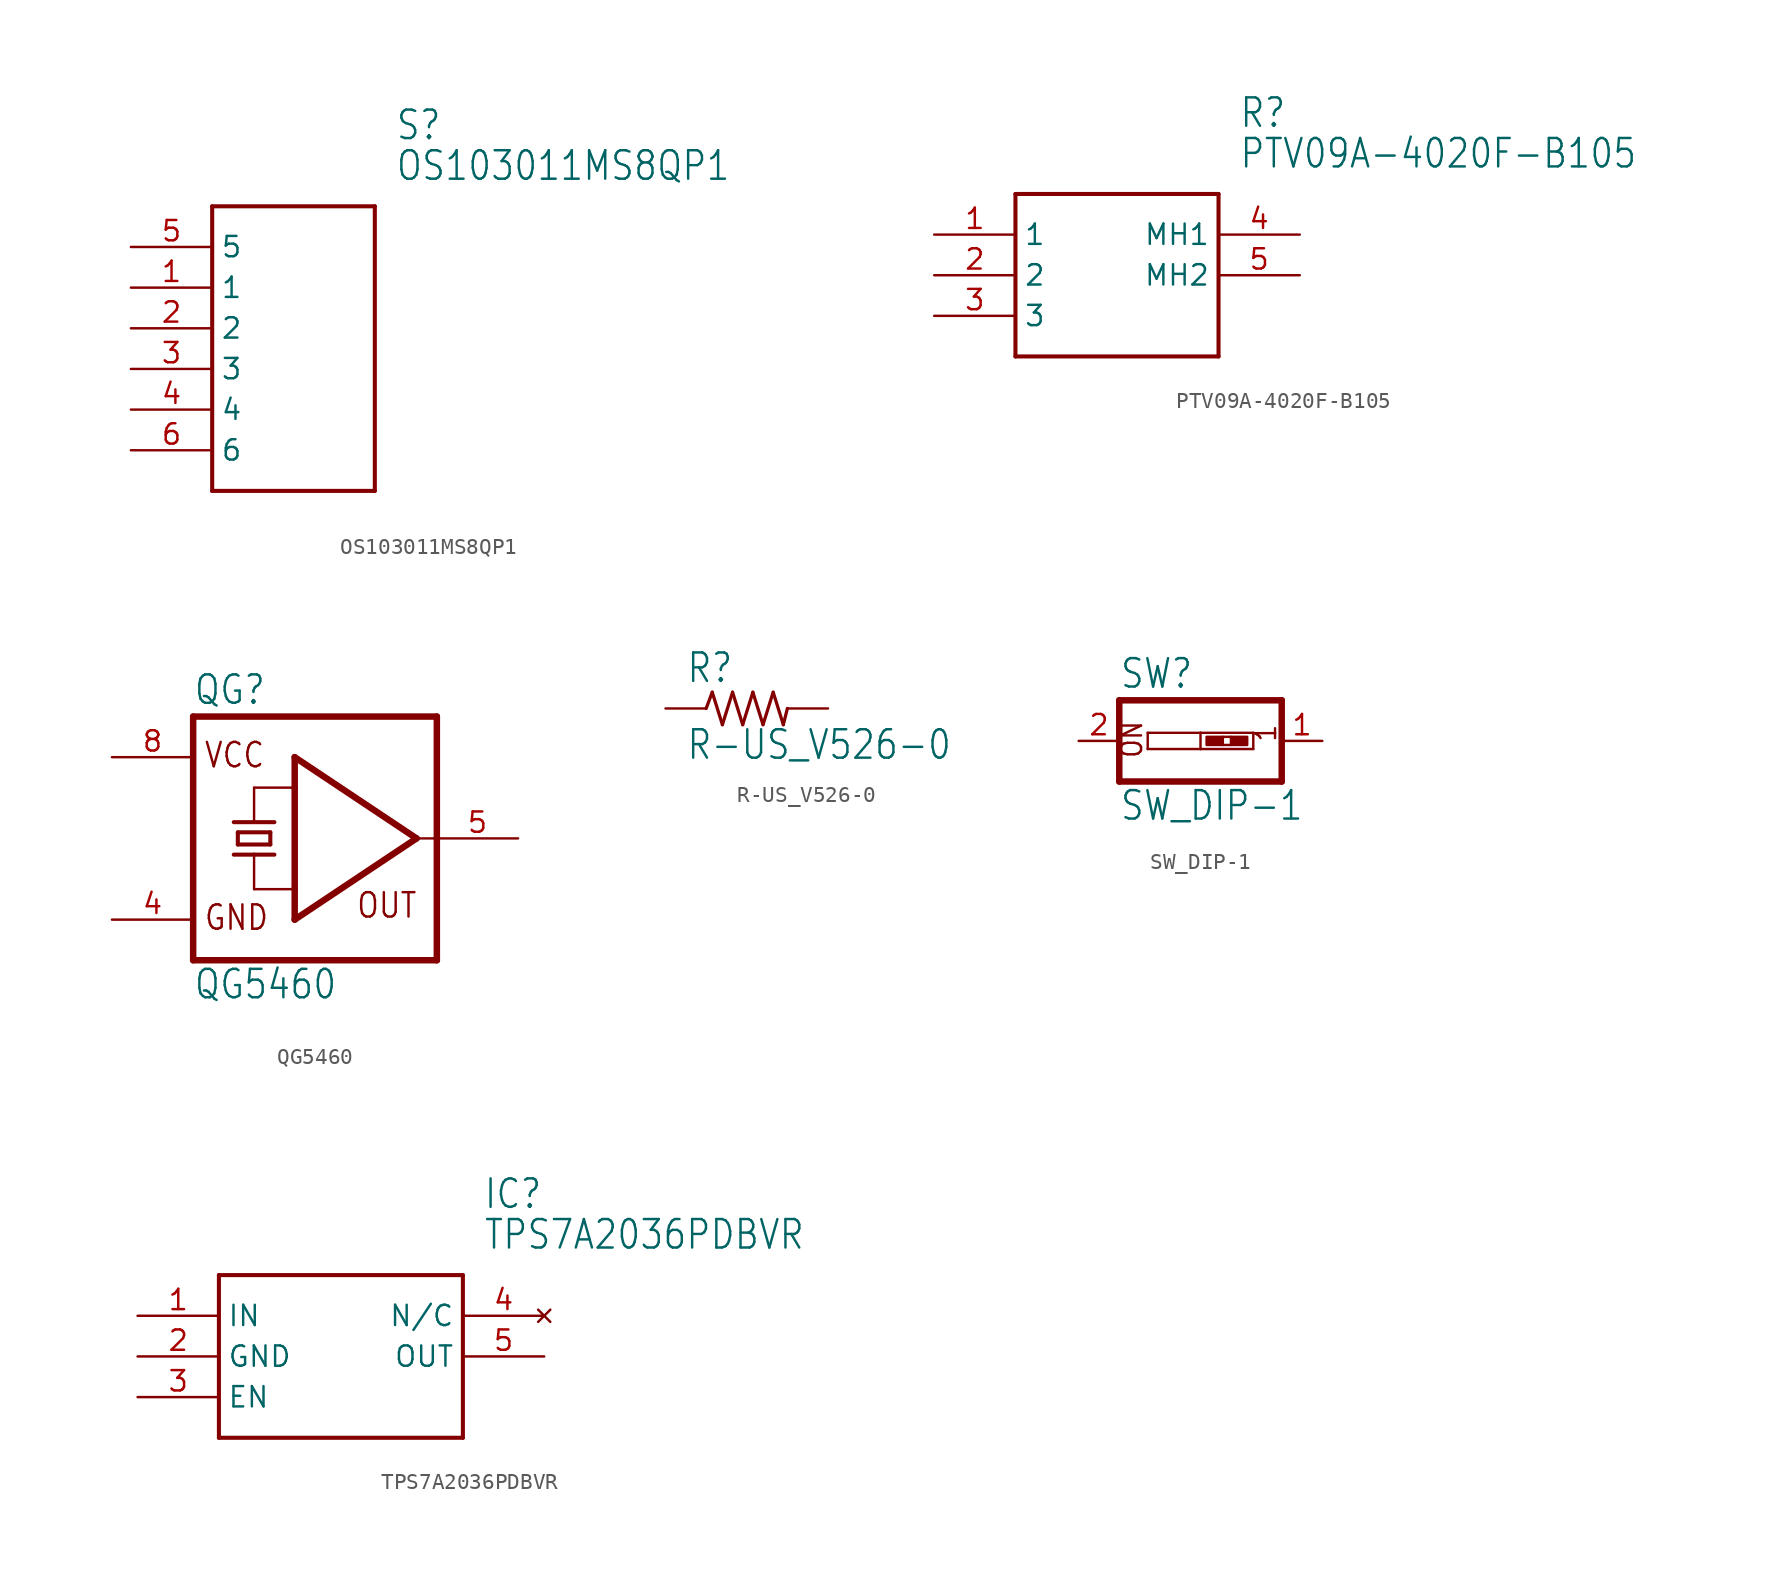
<source format=kicad_sym>
(kicad_symbol_lib
  (version 20211014)
  (generator kicad_symbol_editor)
  (symbol "OS103011MS8QP1"
    (property "Reference" "S"
      (at 16.51 7.62 0)
      (effects (font (size 1.778 1.511)) (justify left)))
    (property "Value" "OS103011MS8QP1"
      (at 16.51 5.08 0)
      (effects (font (size 1.778 1.511)) (justify left)))
    (property "ki_locked" ""
      (at 0 0 0)
      (effects (font (size 1.27 1.27))))
    (symbol "OS103011MS8QP1_1_0"
      (polyline (pts (xy 5.08 2.54) (xy 5.08 -15.24)) (stroke (width 0.254) (type default) (color 0 0 0 0)) (fill (type none)))
      (polyline (pts (xy 5.08 2.54) (xy 15.24 2.54)) (stroke (width 0.254) (type default) (color 0 0 0 0)) (fill (type none)))
      (polyline (pts (xy 15.24 -15.24) (xy 5.08 -15.24)) (stroke (width 0.254) (type default) (color 0 0 0 0)) (fill (type none)))
      (polyline (pts (xy 15.24 -15.24) (xy 15.24 2.54)) (stroke (width 0.254) (type default) (color 0 0 0 0)) (fill (type none)))
      (pin bidirectional line (at 0 -2.54 0) (length 5.08) (name "1" (effects (font (size 1.27 1.27)))) (number "1" (effects (font (size 1.27 1.27)))))
      (pin bidirectional line (at 0 -5.08 0) (length 5.08) (name "2" (effects (font (size 1.27 1.27)))) (number "2" (effects (font (size 1.27 1.27)))))
      (pin bidirectional line (at 0 -7.62 0) (length 5.08) (name "3" (effects (font (size 1.27 1.27)))) (number "3" (effects (font (size 1.27 1.27)))))
      (pin bidirectional line (at 0 -10.16 0) (length 5.08) (name "4" (effects (font (size 1.27 1.27)))) (number "4" (effects (font (size 1.27 1.27)))))
      (pin bidirectional line (at 0 0 0) (length 5.08) (name "5" (effects (font (size 1.27 1.27)))) (number "5" (effects (font (size 1.27 1.27)))))
      (pin bidirectional line (at 0 -12.7 0) (length 5.08) (name "6" (effects (font (size 1.27 1.27)))) (number "6" (effects (font (size 1.27 1.27)))))))
  (symbol "PTV09A-4020F-B105"
    (property "Reference" "R"
      (at 19.05 7.62 0)
      (effects (font (size 1.778 1.511)) (justify left)))
    (property "Value" "PTV09A-4020F-B105"
      (at 19.05 5.08 0)
      (effects (font (size 1.778 1.511)) (justify left)))
    (property "ki_locked" ""
      (at 0 0 0)
      (effects (font (size 1.27 1.27))))
    (symbol "PTV09A-4020F-B105_1_0"
      (polyline (pts (xy 5.08 2.54) (xy 5.08 -7.62)) (stroke (width 0.254) (type default) (color 0 0 0 0)) (fill (type none)))
      (polyline (pts (xy 5.08 2.54) (xy 17.78 2.54)) (stroke (width 0.254) (type default) (color 0 0 0 0)) (fill (type none)))
      (polyline (pts (xy 17.78 -7.62) (xy 5.08 -7.62)) (stroke (width 0.254) (type default) (color 0 0 0 0)) (fill (type none)))
      (polyline (pts (xy 17.78 -7.62) (xy 17.78 2.54)) (stroke (width 0.254) (type default) (color 0 0 0 0)) (fill (type none)))
      (pin bidirectional line (at 0 0 0) (length 5.08) (name "1" (effects (font (size 1.27 1.27)))) (number "1" (effects (font (size 1.27 1.27)))))
      (pin bidirectional line (at 0 -2.54 0) (length 5.08) (name "2" (effects (font (size 1.27 1.27)))) (number "2" (effects (font (size 1.27 1.27)))))
      (pin bidirectional line (at 0 -5.08 0) (length 5.08) (name "3" (effects (font (size 1.27 1.27)))) (number "3" (effects (font (size 1.27 1.27)))))
      (pin bidirectional line (at 22.86 0 180) (length 5.08) (name "MH1" (effects (font (size 1.27 1.27)))) (number "4" (effects (font (size 1.27 1.27)))))
      (pin bidirectional line (at 22.86 -2.54 180) (length 5.08) (name "MH2" (effects (font (size 1.27 1.27)))) (number "5" (effects (font (size 1.27 1.27)))))))
  (symbol "QG5460"
    (property "Reference" "QG"
      (at -7.62 8.255 0)
      (effects (font (size 1.778 1.511)) (justify left bottom)))
    (property "Value" "QG5460"
      (at -7.62 -10.16 0)
      (effects (font (size 1.778 1.511)) (justify left bottom)))
    (property "ki_locked" ""
      (at 0 0 0)
      (effects (font (size 1.27 1.27))))
    (symbol "QG5460_1_0"
      (polyline (pts (xy -7.62 7.62) (xy -7.62 -7.62)) (stroke (width 0.406) (type default) (color 0 0 0 0)) (fill (type none)))
      (polyline (pts (xy -7.62 7.62) (xy 7.62 7.62)) (stroke (width 0.406) (type default) (color 0 0 0 0)) (fill (type none)))
      (polyline (pts (xy -5.08 -1.016) (xy -3.81 -1.016)) (stroke (width 0.254) (type default) (color 0 0 0 0)) (fill (type none)))
      (polyline (pts (xy -5.08 1.016) (xy -2.54 1.016)) (stroke (width 0.254) (type default) (color 0 0 0 0)) (fill (type none)))
      (polyline (pts (xy -4.826 -0.381) (xy -4.826 0.381)) (stroke (width 0.254) (type default) (color 0 0 0 0)) (fill (type none)))
      (polyline (pts (xy -4.826 -0.381) (xy -2.794 -0.381)) (stroke (width 0.254) (type default) (color 0 0 0 0)) (fill (type none)))
      (polyline (pts (xy -4.826 0.381) (xy -2.794 0.381)) (stroke (width 0.254) (type default) (color 0 0 0 0)) (fill (type none)))
      (polyline (pts (xy -3.81 -3.175) (xy -3.81 -1.016)) (stroke (width 0.152) (type default) (color 0 0 0 0)) (fill (type none)))
      (polyline (pts (xy -3.81 -3.175) (xy -1.27 -3.175)) (stroke (width 0.152) (type default) (color 0 0 0 0)) (fill (type none)))
      (polyline (pts (xy -3.81 -1.016) (xy -2.54 -1.016)) (stroke (width 0.254) (type default) (color 0 0 0 0)) (fill (type none)))
      (polyline (pts (xy -3.81 1.016) (xy -3.81 3.175)) (stroke (width 0.152) (type default) (color 0 0 0 0)) (fill (type none)))
      (polyline (pts (xy -3.81 3.175) (xy -1.27 3.175)) (stroke (width 0.152) (type default) (color 0 0 0 0)) (fill (type none)))
      (polyline (pts (xy -2.794 0.381) (xy -2.794 -0.381)) (stroke (width 0.254) (type default) (color 0 0 0 0)) (fill (type none)))
      (polyline (pts (xy -1.27 -5.08) (xy -1.27 -3.175)) (stroke (width 0.406) (type default) (color 0 0 0 0)) (fill (type none)))
      (polyline (pts (xy -1.27 -3.175) (xy -1.27 3.175)) (stroke (width 0.406) (type default) (color 0 0 0 0)) (fill (type none)))
      (polyline (pts (xy -1.27 3.175) (xy -1.27 5.08)) (stroke (width 0.406) (type default) (color 0 0 0 0)) (fill (type none)))
      (polyline (pts (xy -1.27 5.08) (xy 6.35 0)) (stroke (width 0.406) (type default) (color 0 0 0 0)) (fill (type none)))
      (polyline (pts (xy 6.35 0) (xy -1.27 -5.08)) (stroke (width 0.406) (type default) (color 0 0 0 0)) (fill (type none)))
      (polyline (pts (xy 6.35 0) (xy 7.62 0)) (stroke (width 0.152) (type default) (color 0 0 0 0)) (fill (type none)))
      (polyline (pts (xy 7.62 -7.62) (xy -7.62 -7.62)) (stroke (width 0.406) (type default) (color 0 0 0 0)) (fill (type none)))
      (polyline (pts (xy 7.62 -7.62) (xy 7.62 0)) (stroke (width 0.406) (type default) (color 0 0 0 0)) (fill (type none)))
      (polyline (pts (xy 7.62 0) (xy 7.62 7.62)) (stroke (width 0.406) (type default) (color 0 0 0 0)) (fill (type none)))
      (text "GND" (at -6.985 -5.842 0) (effects (font (size 1.524 1.295)) (justify left bottom)))
      (text "OUT" (at 2.54 -5.08 0) (effects (font (size 1.524 1.295)) (justify left bottom)))
      (text "VCC" (at -6.985 4.318 0) (effects (font (size 1.524 1.295)) (justify left bottom)))
      (pin power_in line (at -12.7 -5.08 0) (length 5.08) (name "GND" (effects (font (size 0 0)))) (number "4" (effects (font (size 1.27 1.27)))))
      (pin output line (at 12.7 0 180) (length 5.08) (name "OUT" (effects (font (size 0 0)))) (number "5" (effects (font (size 1.27 1.27)))))
      (pin power_in line (at -12.7 5.08 0) (length 5.08) (name "VCC" (effects (font (size 0 0)))) (number "8" (effects (font (size 1.27 1.27)))))))
  (symbol "R-US_V526-0"
    (property "Reference" "R"
      (at -3.81 1.499 0)
      (effects (font (size 1.778 1.511)) (justify left bottom)))
    (property "Value" "R-US_V526-0"
      (at -3.81 -3.302 0)
      (effects (font (size 1.778 1.511)) (justify left bottom)))
    (property "ki_locked" ""
      (at 0 0 0)
      (effects (font (size 1.27 1.27))))
    (symbol "R-US_V526-0_1_0"
      (polyline (pts (xy -2.54 0) (xy -2.159 1.016)) (stroke (width 0.203) (type default) (color 0 0 0 0)) (fill (type none)))
      (polyline (pts (xy -2.159 1.016) (xy -1.524 -1.016)) (stroke (width 0.203) (type default) (color 0 0 0 0)) (fill (type none)))
      (polyline (pts (xy -1.524 -1.016) (xy -0.889 1.016)) (stroke (width 0.203) (type default) (color 0 0 0 0)) (fill (type none)))
      (polyline (pts (xy -0.889 1.016) (xy -0.254 -1.016)) (stroke (width 0.203) (type default) (color 0 0 0 0)) (fill (type none)))
      (polyline (pts (xy -0.254 -1.016) (xy 0.381 1.016)) (stroke (width 0.203) (type default) (color 0 0 0 0)) (fill (type none)))
      (polyline (pts (xy 0.381 1.016) (xy 1.016 -1.016)) (stroke (width 0.203) (type default) (color 0 0 0 0)) (fill (type none)))
      (polyline (pts (xy 1.016 -1.016) (xy 1.651 1.016)) (stroke (width 0.203) (type default) (color 0 0 0 0)) (fill (type none)))
      (polyline (pts (xy 1.651 1.016) (xy 2.286 -1.016)) (stroke (width 0.203) (type default) (color 0 0 0 0)) (fill (type none)))
      (polyline (pts (xy 2.286 -1.016) (xy 2.54 0)) (stroke (width 0.203) (type default) (color 0 0 0 0)) (fill (type none)))
      (pin passive line (at -5.08 0 0) (length 2.54) (name "1" (effects (font (size 0 0)))) (number "1" (effects (font (size 0 0)))))
      (pin passive line (at 5.08 0 180) (length 2.54) (name "2" (effects (font (size 0 0)))) (number "2" (effects (font (size 0 0)))))))
  (symbol "SW_DIP-1"
    (property "Reference" "SW"
      (at -5.08 3.175 0)
      (effects (font (size 1.778 1.511)) (justify left bottom)))
    (property "Value" "SW_DIP-1"
      (at -5.08 -5.08 0)
      (effects (font (size 1.778 1.511)) (justify left bottom)))
    (property "ki_locked" ""
      (at 0 0 0)
      (effects (font (size 1.27 1.27))))
    (symbol "SW_DIP-1_1_0"
      (polyline (pts (xy -5.08 -2.54) (xy -5.08 2.54)) (stroke (width 0.406) (type default) (color 0 0 0 0)) (fill (type none)))
      (polyline (pts (xy -5.08 -2.54) (xy 5.08 -2.54)) (stroke (width 0.406) (type default) (color 0 0 0 0)) (fill (type none)))
      (polyline (pts (xy -5.08 2.54) (xy 5.08 2.54)) (stroke (width 0.406) (type default) (color 0 0 0 0)) (fill (type none)))
      (polyline (pts (xy -3.302 -0.508) (xy -3.302 0.508)) (stroke (width 0.152) (type default) (color 0 0 0 0)) (fill (type none)))
      (polyline (pts (xy -3.302 0.508) (xy 0 0.508)) (stroke (width 0.152) (type default) (color 0 0 0 0)) (fill (type none)))
      (polyline (pts (xy 0 -0.508) (xy -3.302 -0.508)) (stroke (width 0.152) (type default) (color 0 0 0 0)) (fill (type none)))
      (polyline (pts (xy 0 0.508) (xy 0 -0.508)) (stroke (width 0.152) (type default) (color 0 0 0 0)) (fill (type none)))
      (polyline (pts (xy 0 0.508) (xy 3.302 0.508)) (stroke (width 0.152) (type default) (color 0 0 0 0)) (fill (type none)))
      (polyline (pts (xy 1.397 -0.254) (xy 1.905 -0.254)) (stroke (width 0) (type default) (color 0 0 0 0)) (fill (type none)))
      (polyline (pts (xy 1.397 0.254) (xy 1.905 0.254)) (stroke (width 0) (type default) (color 0 0 0 0)) (fill (type none)))
      (polyline (pts (xy 3.302 -0.508) (xy 0 -0.508)) (stroke (width 0.152) (type default) (color 0 0 0 0)) (fill (type none)))
      (polyline (pts (xy 3.302 0.508) (xy 3.302 -0.508)) (stroke (width 0.152) (type default) (color 0 0 0 0)) (fill (type none)))
      (polyline (pts (xy 5.08 -2.54) (xy 5.08 2.54)) (stroke (width 0.406) (type default) (color 0 0 0 0)) (fill (type none)))
      (rectangle (start 0.381 -0.254) (end 1.397 0.254) (stroke (width 0) (type default) (color 0 0 0 0)) (fill (type outline)))
      (rectangle (start 1.905 -0.254) (end 2.921 0.254) (stroke (width 0) (type default) (color 0 0 0 0)) (fill (type outline)))
      (text "1" (at 4.826 -0.127 900) (effects (font (size 1.27 1.079)) (justify left bottom)))
      (text "ON" (at -3.556 -1.143 900) (effects (font (size 1.27 1.079)) (justify left bottom)))
      (pin passive line (at 7.62 0 180) (length 2.54) (name "1" (effects (font (size 0 0)))) (number "1" (effects (font (size 1.27 1.27)))))
      (pin passive line (at -7.62 0 0) (length 2.54) (name "2" (effects (font (size 0 0)))) (number "2" (effects (font (size 1.27 1.27)))))))
  (symbol "TPS7A2036PDBVR"
    (property "Reference" "IC"
      (at 21.59 7.62 0)
      (effects (font (size 1.778 1.511)) (justify left)))
    (property "Value" "TPS7A2036PDBVR"
      (at 21.59 5.08 0)
      (effects (font (size 1.778 1.511)) (justify left)))
    (property "ki_locked" ""
      (at 0 0 0)
      (effects (font (size 1.27 1.27))))
    (symbol "TPS7A2036PDBVR_1_0"
      (polyline (pts (xy 5.08 2.54) (xy 5.08 -7.62)) (stroke (width 0.254) (type default) (color 0 0 0 0)) (fill (type none)))
      (polyline (pts (xy 5.08 2.54) (xy 20.32 2.54)) (stroke (width 0.254) (type default) (color 0 0 0 0)) (fill (type none)))
      (polyline (pts (xy 20.32 -7.62) (xy 5.08 -7.62)) (stroke (width 0.254) (type default) (color 0 0 0 0)) (fill (type none)))
      (polyline (pts (xy 20.32 -7.62) (xy 20.32 2.54)) (stroke (width 0.254) (type default) (color 0 0 0 0)) (fill (type none)))
      (pin bidirectional line (at 0 0 0) (length 5.08) (name "IN" (effects (font (size 1.27 1.27)))) (number "1" (effects (font (size 1.27 1.27)))))
      (pin bidirectional line (at 0 -2.54 0) (length 5.08) (name "GND" (effects (font (size 1.27 1.27)))) (number "2" (effects (font (size 1.27 1.27)))))
      (pin bidirectional line (at 0 -5.08 0) (length 5.08) (name "EN" (effects (font (size 1.27 1.27)))) (number "3" (effects (font (size 1.27 1.27)))))
      (pin no_connect line (at 25.4 0 180) (length 5.08) (name "N/C" (effects (font (size 1.27 1.27)))) (number "4" (effects (font (size 1.27 1.27)))))
      (pin bidirectional line (at 25.4 -2.54 180) (length 5.08) (name "OUT" (effects (font (size 1.27 1.27)))) (number "5" (effects (font (size 1.27 1.27))))))))
</source>
